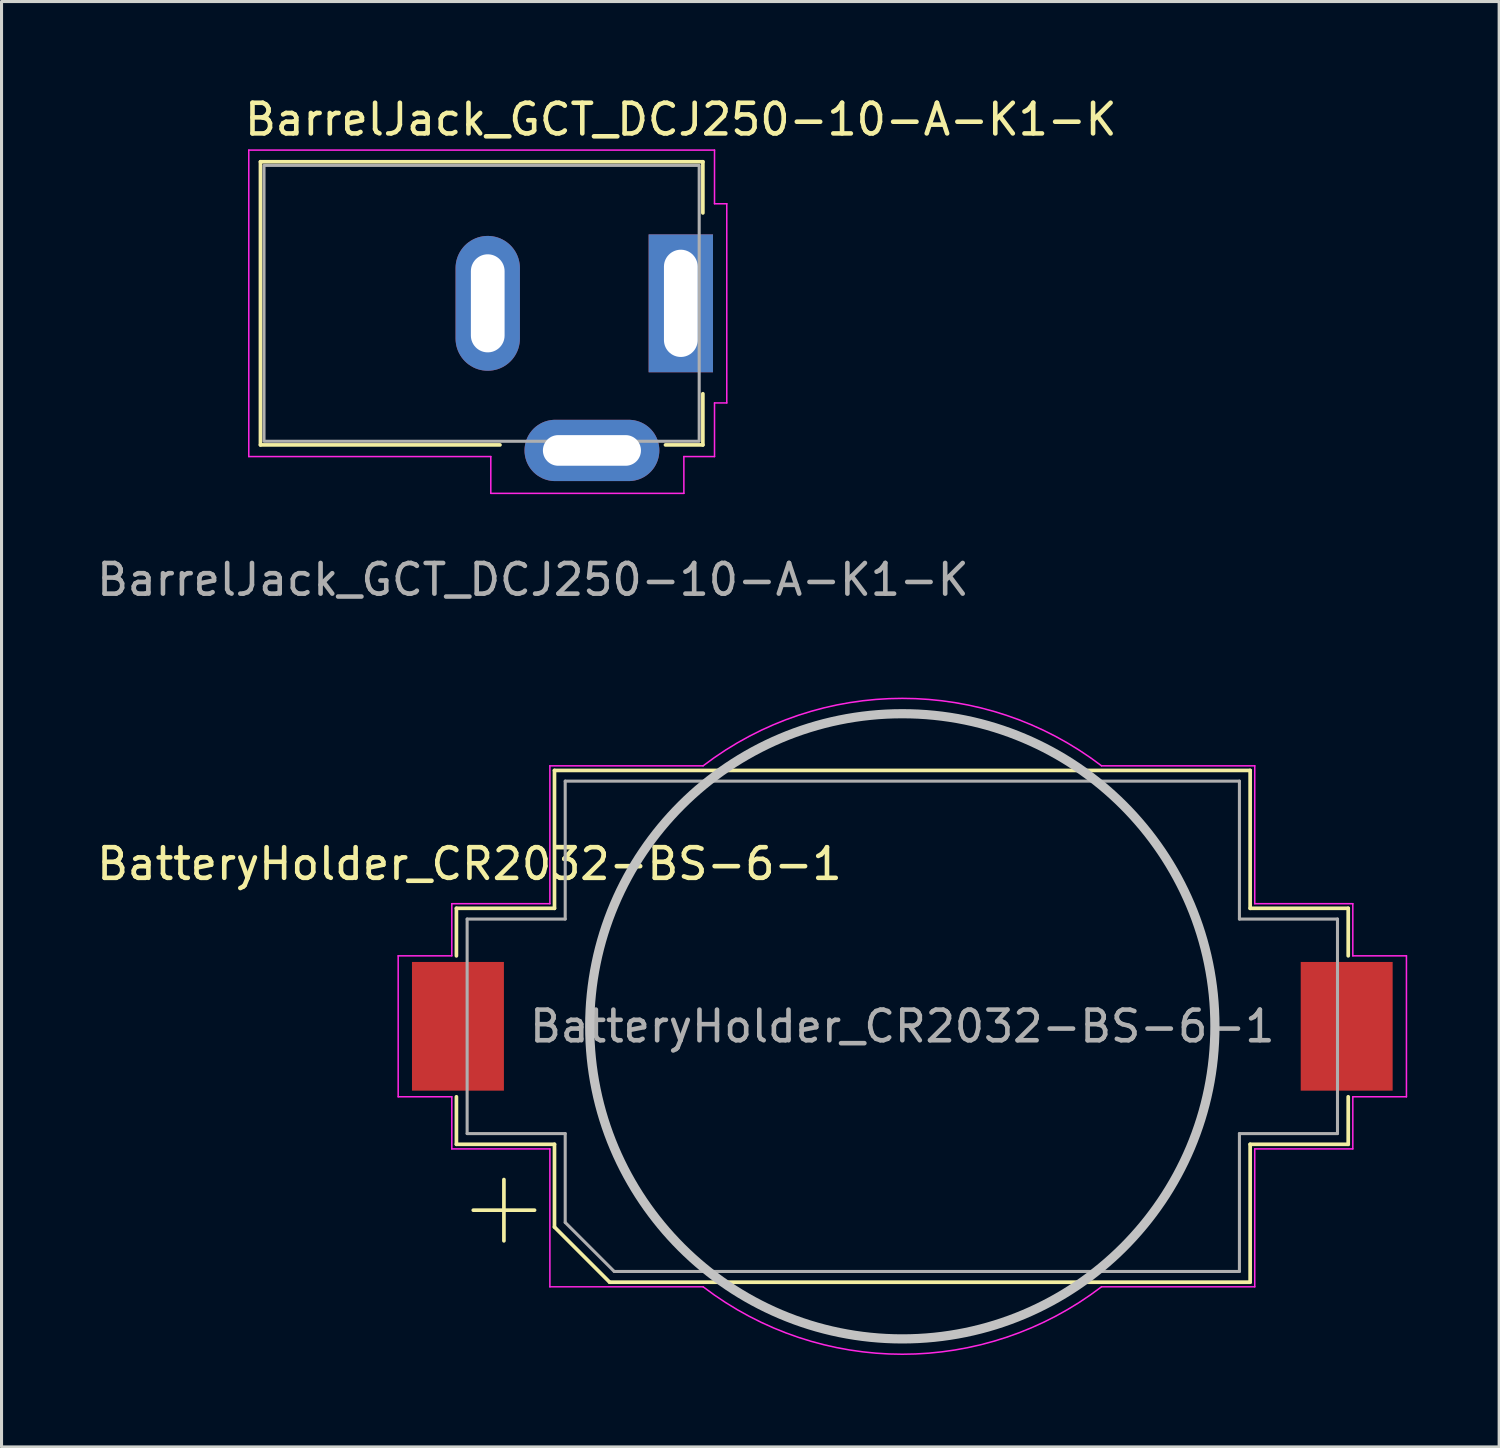
<source format=kicad_pcb>
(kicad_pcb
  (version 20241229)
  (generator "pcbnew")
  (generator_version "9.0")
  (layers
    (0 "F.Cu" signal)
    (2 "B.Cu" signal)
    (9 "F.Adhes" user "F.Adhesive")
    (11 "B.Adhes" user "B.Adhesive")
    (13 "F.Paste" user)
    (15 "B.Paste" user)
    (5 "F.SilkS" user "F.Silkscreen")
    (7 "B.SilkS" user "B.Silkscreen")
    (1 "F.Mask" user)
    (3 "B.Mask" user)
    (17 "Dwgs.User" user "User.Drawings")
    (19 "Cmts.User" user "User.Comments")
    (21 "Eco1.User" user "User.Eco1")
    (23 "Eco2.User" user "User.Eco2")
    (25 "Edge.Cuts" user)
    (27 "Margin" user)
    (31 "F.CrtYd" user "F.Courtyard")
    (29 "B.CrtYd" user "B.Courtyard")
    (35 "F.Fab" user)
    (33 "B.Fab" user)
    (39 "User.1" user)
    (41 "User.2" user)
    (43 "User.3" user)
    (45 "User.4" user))
  (footprint "BatteryHolder_CR2032-BS-6-1"
    (layer "F.Cu")
    (at 26.393 30.439)
    (property "Reference" "BatteryHolder_CR2032-BS-6-1" (at -14.125 -5.3 0) (layer "F.SilkS") (effects (font (size 1 1) (thickness 0.15))))
    (attr smd)
    (fp_line (start -14.55 -3.85) (end -14.55 -2.3) (stroke (width 0.12) (type solid)) (layer "F.SilkS"))
    (fp_line (start -14.55 3.85) (end -14.55 2.3) (stroke (width 0.12) (type solid)) (layer "F.SilkS"))
    (fp_line (start -13 5) (end -13 7) (stroke (width 0.12) (type solid)) (layer "F.SilkS"))
    (fp_line (start -12 6) (end -14 6) (stroke (width 0.12) (type solid)) (layer "F.SilkS"))
    (fp_line (start -11.35 -8.35) (end -11.35 -3.85) (stroke (width 0.12) (type solid)) (layer "F.SilkS"))
    (fp_line (start -11.35 -8.35) (end 11.35 -8.35) (stroke (width 0.12) (type solid)) (layer "F.SilkS"))
    (fp_line (start -11.35 -3.85) (end -14.55 -3.85) (stroke (width 0.12) (type solid)) (layer "F.SilkS"))
    (fp_line (start -11.35 3.85) (end -14.55 3.85) (stroke (width 0.12) (type solid)) (layer "F.SilkS"))
    (fp_line (start -11.35 6.55) (end -11.35 3.85) (stroke (width 0.12) (type solid)) (layer "F.SilkS"))
    (fp_line (start -9.55 8.35) (end -11.35 6.55) (stroke (width 0.12) (type solid)) (layer "F.SilkS"))
    (fp_line (start 11.35 -8.35) (end 11.35 -3.85) (stroke (width 0.12) (type solid)) (layer "F.SilkS"))
    (fp_line (start 11.35 -3.85) (end 14.55 -3.85) (stroke (width 0.12) (type solid)) (layer "F.SilkS"))
    (fp_line (start 11.35 3.85) (end 14.55 3.85) (stroke (width 0.12) (type solid)) (layer "F.SilkS"))
    (fp_line (start 11.35 8.35) (end -9.55 8.35) (stroke (width 0.12) (type solid)) (layer "F.SilkS"))
    (fp_line (start 11.35 8.35) (end 11.35 3.85) (stroke (width 0.12) (type solid)) (layer "F.SilkS"))
    (fp_line (start 14.55 -3.85) (end 14.55 -2.3) (stroke (width 0.12) (type solid)) (layer "F.SilkS"))
    (fp_line (start 14.55 3.85) (end 14.55 2.3) (stroke (width 0.12) (type solid)) (layer "F.SilkS"))
    (fp_circle (center 0 0) (end -10.2 0) (stroke (width 0.3) (type solid)) (fill no) (layer "Dwgs.User"))
    (fp_line (start -16.45 2.3) (end -16.45 -2.3) (stroke (width 0.05) (type solid)) (layer "F.CrtYd"))
    (fp_line (start -14.7 -4) (end -11.5 -4) (stroke (width 0.05) (type solid)) (layer "F.CrtYd"))
    (fp_line (start -14.7 -2.3) (end -16.45 -2.3) (stroke (width 0.05) (type solid)) (layer "F.CrtYd"))
    (fp_line (start -14.7 -2.3) (end -14.7 -4) (stroke (width 0.05) (type solid)) (layer "F.CrtYd"))
    (fp_line (start -14.7 2.3) (end -16.45 2.3) (stroke (width 0.05) (type solid)) (layer "F.CrtYd"))
    (fp_line (start -14.7 4) (end -14.7 2.3) (stroke (width 0.05) (type solid)) (layer "F.CrtYd"))
    (fp_line (start -14.7 4) (end -11.5 4) (stroke (width 0.05) (type solid)) (layer "F.CrtYd"))
    (fp_line (start -11.5 -8.5) (end -6.5 -8.5) (stroke (width 0.05) (type solid)) (layer "F.CrtYd"))
    (fp_line (start -11.5 -4) (end -11.5 -8.5) (stroke (width 0.05) (type solid)) (layer "F.CrtYd"))
    (fp_line (start -11.5 4) (end -11.5 8.5) (stroke (width 0.05) (type solid)) (layer "F.CrtYd"))
    (fp_line (start -6.5 8.5) (end -11.5 8.5) (stroke (width 0.05) (type solid)) (layer "F.CrtYd"))
    (fp_line (start 11.5 -8.5) (end 6.5 -8.5) (stroke (width 0.05) (type solid)) (layer "F.CrtYd"))
    (fp_line (start 11.5 -8.5) (end 11.5 -4) (stroke (width 0.05) (type solid)) (layer "F.CrtYd"))
    (fp_line (start 11.5 -4) (end 14.7 -4) (stroke (width 0.05) (type solid)) (layer "F.CrtYd"))
    (fp_line (start 11.5 4) (end 11.5 8.5) (stroke (width 0.05) (type solid)) (layer "F.CrtYd"))
    (fp_line (start 11.5 8.5) (end 6.5 8.5) (stroke (width 0.05) (type solid)) (layer "F.CrtYd"))
    (fp_line (start 14.7 -4) (end 14.7 -2.3) (stroke (width 0.05) (type solid)) (layer "F.CrtYd"))
    (fp_line (start 14.7 -2.3) (end 16.45 -2.3) (stroke (width 0.05) (type solid)) (layer "F.CrtYd"))
    (fp_line (start 14.7 2.3) (end 14.7 4) (stroke (width 0.05) (type solid)) (layer "F.CrtYd"))
    (fp_line (start 14.7 4) (end 11.5 4) (stroke (width 0.05) (type solid)) (layer "F.CrtYd"))
    (fp_line (start 16.45 -2.3) (end 16.45 2.3) (stroke (width 0.05) (type solid)) (layer "F.CrtYd"))
    (fp_line (start 16.45 2.3) (end 14.7 2.3) (stroke (width 0.05) (type solid)) (layer "F.CrtYd"))
    (fp_arc (start -6.499999 -8.5) (mid 0 -10.700467) (end 6.5 -8.5) (stroke (width 0.05) (type solid)) (layer "F.CrtYd"))
    (fp_arc (start 6.499999 8.5) (mid 0 10.700467) (end -6.5 8.5) (stroke (width 0.05) (type solid)) (layer "F.CrtYd"))
    (fp_line (start -14.2 -3.5) (end -11 -3.5) (stroke (width 0.1) (type solid)) (layer "F.Fab"))
    (fp_line (start -14.2 3.5) (end -14.2 -3.5) (stroke (width 0.1) (type solid)) (layer "F.Fab"))
    (fp_line (start -11 -8) (end -11 -3.5) (stroke (width 0.1) (type solid)) (layer "F.Fab"))
    (fp_line (start -11 3.5) (end -14.2 3.5) (stroke (width 0.1) (type solid)) (layer "F.Fab"))
    (fp_line (start -11 6.4) (end -11 3.5) (stroke (width 0.1) (type solid)) (layer "F.Fab"))
    (fp_line (start -9.4 8) (end -11 6.4) (stroke (width 0.1) (type solid)) (layer "F.Fab"))
    (fp_line (start 11 -8) (end -11 -8) (stroke (width 0.1) (type solid)) (layer "F.Fab"))
    (fp_line (start 11 -8) (end 11 -3.5) (stroke (width 0.1) (type solid)) (layer "F.Fab"))
    (fp_line (start 11 3.5) (end 14.2 3.5) (stroke (width 0.1) (type solid)) (layer "F.Fab"))
    (fp_line (start 11 8) (end -9.4 8) (stroke (width 0.1) (type solid)) (layer "F.Fab"))
    (fp_line (start 11 8) (end 11 3.5) (stroke (width 0.1) (type solid)) (layer "F.Fab"))
    (fp_line (start 14.2 -3.5) (end 11 -3.5) (stroke (width 0.1) (type solid)) (layer "F.Fab"))
    (fp_line (start 14.2 3.5) (end 14.2 -3.5) (stroke (width 0.1) (type solid)) (layer "F.Fab"))
    (fp_text user "${REFERENCE}" (at 0 0 0) (layer "F.Fab") (effects (font (size 1 1) (thickness 0.15))))
    (pad "1" smd rect (at -14.5 0 180) (size 3 4.2) (layers "F.Cu" "F.Mask" "F.Paste"))
    (pad "2" smd rect (at 14.5 0 180) (size 3 4.2) (layers "F.Cu" "F.Mask" "F.Paste")))
  (footprint "BarrelJack_GCT_DCJ250-10-A-K1-K"
    (layer "F.Cu")
    (at 19.165 6.848)
    (property "Reference" "BarrelJack_GCT_DCJ250-10-A-K1-K" (at 0 -6 0) (unlocked yes) (layer "F.SilkS") (effects (font (size 1 1) (thickness 0.15))))
    (attr through_hole)
    (fp_line (start -13.716 -4.62) (end -13.716 4.62) (stroke (width 0.12) (type solid)) (layer "F.SilkS"))
    (fp_line (start -13.716 4.62) (end -5.9 4.62) (stroke (width 0.12) (type solid)) (layer "F.SilkS"))
    (fp_line (start -0.5 4.62) (end 0.72 4.62) (stroke (width 0.12) (type solid)) (layer "F.SilkS"))
    (fp_line (start 0.72 -4.62) (end -13.716 -4.62) (stroke (width 0.12) (type solid)) (layer "F.SilkS"))
    (fp_line (start 0.72 -2.95) (end 0.72 -4.62) (stroke (width 0.12) (type solid)) (layer "F.SilkS"))
    (fp_line (start 0.72 4.62) (end 0.72 2.95) (stroke (width 0.12) (type solid)) (layer "F.SilkS"))
    (fp_line (start -14.097 -5) (end 1.1 -5) (stroke (width 0.05) (type solid)) (layer "F.CrtYd"))
    (fp_line (start -14.097 5) (end -14.097 -5) (stroke (width 0.05) (type solid)) (layer "F.CrtYd"))
    (fp_line (start -6.2 5) (end -14.097 5) (stroke (width 0.05) (type solid)) (layer "F.CrtYd"))
    (fp_line (start -6.2 6.2) (end -6.2 5) (stroke (width 0.05) (type solid)) (layer "F.CrtYd"))
    (fp_line (start 0.1 5) (end 0.1 6.2) (stroke (width 0.05) (type solid)) (layer "F.CrtYd"))
    (fp_line (start 0.1 6.2) (end -6.2 6.2) (stroke (width 0.05) (type solid)) (layer "F.CrtYd"))
    (fp_line (start 1.1 -5) (end 1.1 -3.25) (stroke (width 0.05) (type solid)) (layer "F.CrtYd"))
    (fp_line (start 1.1 -3.25) (end 1.5 -3.25) (stroke (width 0.05) (type solid)) (layer "F.CrtYd"))
    (fp_line (start 1.1 3.25) (end 1.1 5) (stroke (width 0.05) (type solid)) (layer "F.CrtYd"))
    (fp_line (start 1.1 5) (end 0.1 5) (stroke (width 0.05) (type solid)) (layer "F.CrtYd"))
    (fp_line (start 1.5 -3.25) (end 1.5 3.25) (stroke (width 0.05) (type solid)) (layer "F.CrtYd"))
    (fp_line (start 1.5 3.25) (end 1.1 3.25) (stroke (width 0.05) (type solid)) (layer "F.CrtYd"))
    (fp_rect (start -13.6 -4.5) (end 0.6 4.5) (stroke (width 0.1) (type solid)) (fill no) (layer "F.Fab"))
    (fp_text user "${REFERENCE}" (at -4.826 9.017 0) (unlocked yes) (layer "F.Fab") (effects (font (size 1 1) (thickness 0.15))))
    (pad "1" thru_hole rect (at 0 0) (size 2.1 4.5) (drill oval 1.1 3.5) (layers "*.Cu" "*.Mask"))
    (pad "2" thru_hole oval (at -6.3 0) (size 2.1 4.4) (drill oval 1.1 3.2) (layers "*.Cu" "*.Mask"))
    (pad "3" thru_hole oval (at -2.9 4.8 90) (size 2 4.4) (drill oval 1 3.2) (layers "*.Cu" "*.Mask")))
  (gr_rect
    (start -3 -3)
    (end 45.868 44.164)
    (stroke (width 0.1) (type default))
    (fill no)
    (layer "Edge.Cuts")))
</source>
